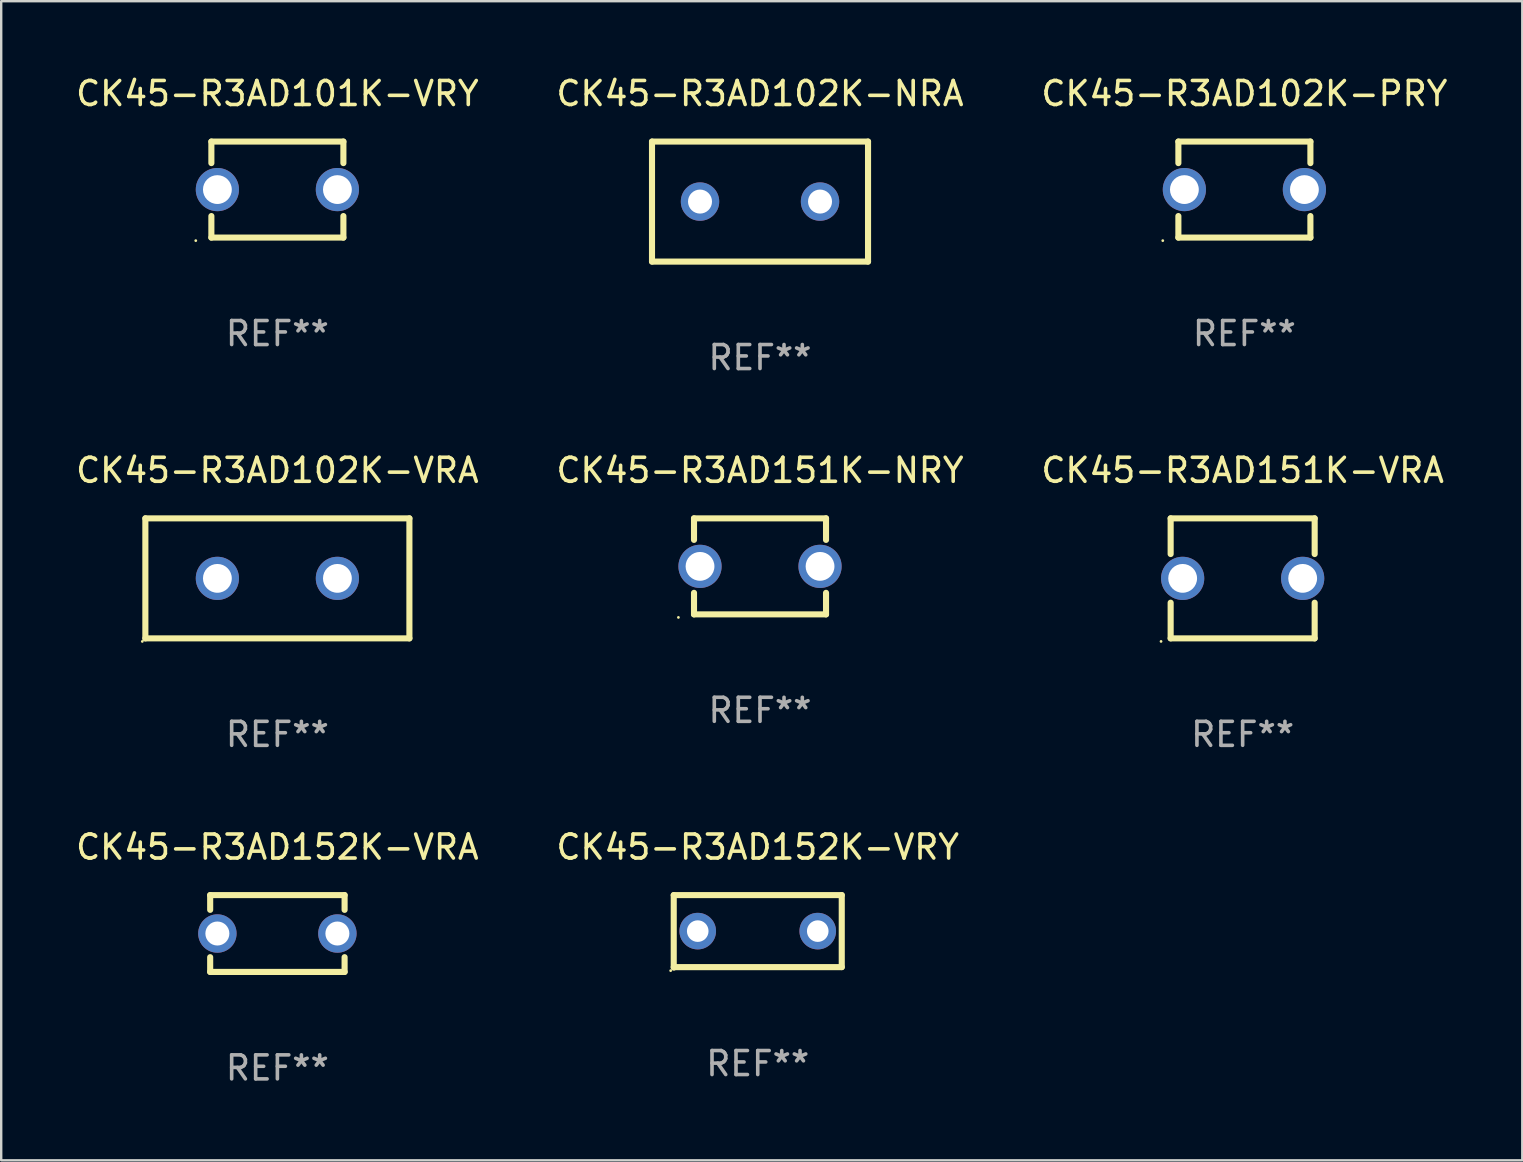
<source format=kicad_pcb>
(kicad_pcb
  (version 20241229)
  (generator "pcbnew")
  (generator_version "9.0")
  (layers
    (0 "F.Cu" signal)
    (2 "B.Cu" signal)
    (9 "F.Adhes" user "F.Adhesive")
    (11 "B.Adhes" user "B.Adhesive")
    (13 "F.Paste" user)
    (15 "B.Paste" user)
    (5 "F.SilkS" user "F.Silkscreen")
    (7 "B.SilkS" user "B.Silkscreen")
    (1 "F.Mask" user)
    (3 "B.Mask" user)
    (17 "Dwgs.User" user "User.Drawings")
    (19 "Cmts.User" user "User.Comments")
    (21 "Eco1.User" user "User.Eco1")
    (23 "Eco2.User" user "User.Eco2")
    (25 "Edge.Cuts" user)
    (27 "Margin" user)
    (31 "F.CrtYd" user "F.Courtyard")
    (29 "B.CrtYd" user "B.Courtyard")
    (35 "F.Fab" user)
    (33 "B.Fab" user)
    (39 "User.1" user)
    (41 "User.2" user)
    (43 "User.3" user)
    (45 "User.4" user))
  (footprint "CK45-R3AD102K-PRY"
    (layer "F.Cu")
    (at 48.792 4.848)
    (property "Reference" "CK45-R3AD102K-PRY" (at 0 -4 0) (layer "F.SilkS") (effects (font (size 1 1) (thickness 0.15))))
    (attr through_hole)
    (fp_line (start -2.75 -2) (end -2.75 -1.103) (stroke (width 0.254) (type solid)) (layer "F.SilkS"))
    (fp_line (start -2.75 -2) (end 2.75 -2) (stroke (width 0.254) (type solid)) (layer "F.SilkS"))
    (fp_line (start -2.75 1.103) (end -2.75 2) (stroke (width 0.254) (type solid)) (layer "F.SilkS"))
    (fp_line (start 2.75 -2) (end 2.75 -1.103) (stroke (width 0.254) (type solid)) (layer "F.SilkS"))
    (fp_line (start 2.75 1.103) (end 2.75 2) (stroke (width 0.254) (type solid)) (layer "F.SilkS"))
    (fp_line (start 2.75 2) (end -2.75 2) (stroke (width 0.254) (type solid)) (layer "F.SilkS"))
    (fp_circle (center -3.4 2.127) (end -3.37 2.127) (stroke (width 0.06) (type solid)) (fill no) (layer "F.SilkS"))
    (fp_text user "REF**" (at 0 6 0) (layer "F.Fab") (effects (font (size 1 1) (thickness 0.15))))
    (pad "1" thru_hole circle (at -2.5 0) (size 1.8 1.8) (drill 1.2) (layers "*.Cu" "*.Mask"))
    (pad "2" thru_hole circle (at 2.5 0) (size 1.8 1.8) (drill 1.2) (layers "*.Cu" "*.Mask")))
  (footprint "CK45-R3AD101K-VRY"
    (layer "F.Cu")
    (at 8.506 4.848)
    (property "Reference" "CK45-R3AD101K-VRY" (at 0 -4 0) (layer "F.SilkS") (effects (font (size 1 1) (thickness 0.15))))
    (attr through_hole)
    (fp_line (start -2.75 -2) (end -2.75 -1.103) (stroke (width 0.254) (type solid)) (layer "F.SilkS"))
    (fp_line (start -2.75 -2) (end 2.75 -2) (stroke (width 0.254) (type solid)) (layer "F.SilkS"))
    (fp_line (start -2.75 1.103) (end -2.75 2) (stroke (width 0.254) (type solid)) (layer "F.SilkS"))
    (fp_line (start 2.75 -2) (end 2.75 -1.103) (stroke (width 0.254) (type solid)) (layer "F.SilkS"))
    (fp_line (start 2.75 1.103) (end 2.75 2) (stroke (width 0.254) (type solid)) (layer "F.SilkS"))
    (fp_line (start 2.75 2) (end -2.75 2) (stroke (width 0.254) (type solid)) (layer "F.SilkS"))
    (fp_circle (center -3.4 2.127) (end -3.37 2.127) (stroke (width 0.06) (type solid)) (fill no) (layer "F.SilkS"))
    (fp_text user "REF**" (at 0 6 0) (layer "F.Fab") (effects (font (size 1 1) (thickness 0.15))))
    (pad "1" thru_hole circle (at -2.5 0) (size 1.8 1.8) (drill 1.2) (layers "*.Cu" "*.Mask"))
    (pad "2" thru_hole circle (at 2.5 0) (size 1.8 1.8) (drill 1.2) (layers "*.Cu" "*.Mask")))
  (footprint "CK45-R3AD152K-VRA"
    (layer "F.Cu")
    (at 8.506 35.841)
    (property "Reference" "CK45-R3AD152K-VRA" (at 0 -3.6 0) (layer "F.SilkS") (effects (font (size 1 1) (thickness 0.15))))
    (attr through_hole)
    (fp_line (start -2.8 -1.6) (end 2.8 -1.6) (stroke (width 0.254) (type solid)) (layer "F.SilkS"))
    (fp_line (start -2.8 -0.986) (end -2.8 -1.6) (stroke (width 0.254) (type solid)) (layer "F.SilkS"))
    (fp_line (start -2.8 1.6) (end -2.8 0.986) (stroke (width 0.254) (type solid)) (layer "F.SilkS"))
    (fp_line (start 2.8 -1.6) (end 2.8 -0.986) (stroke (width 0.254) (type solid)) (layer "F.SilkS"))
    (fp_line (start 2.8 0.986) (end 2.8 1.6) (stroke (width 0.254) (type solid)) (layer "F.SilkS"))
    (fp_line (start 2.8 1.6) (end -2.8 1.6) (stroke (width 0.254) (type solid)) (layer "F.SilkS"))
    (fp_circle (center -2.8 1.6) (end -2.77 1.6) (stroke (width 0.06) (type solid)) (fill no) (layer "F.SilkS"))
    (fp_text user "REF**" (at 0 5.6 0) (layer "F.Fab") (effects (font (size 1 1) (thickness 0.15))))
    (pad "1" thru_hole circle (at -2.5 0) (size 1.6 1.6) (drill 1) (layers "*.Cu" "*.Mask"))
    (pad "2" thru_hole circle (at 2.5 0) (size 1.6 1.6) (drill 1) (layers "*.Cu" "*.Mask")))
  (footprint "CK45-R3AD151K-NRY"
    (layer "F.Cu")
    (at 28.613 20.545)
    (property "Reference" "CK45-R3AD151K-NRY" (at 0 -4 0) (layer "F.SilkS") (effects (font (size 1 1) (thickness 0.15))))
    (attr through_hole)
    (fp_line (start -2.75 -2) (end -2.75 -1.103) (stroke (width 0.254) (type solid)) (layer "F.SilkS"))
    (fp_line (start -2.75 -2) (end 2.75 -2) (stroke (width 0.254) (type solid)) (layer "F.SilkS"))
    (fp_line (start -2.75 1.103) (end -2.75 2) (stroke (width 0.254) (type solid)) (layer "F.SilkS"))
    (fp_line (start 2.75 -2) (end 2.75 -1.103) (stroke (width 0.254) (type solid)) (layer "F.SilkS"))
    (fp_line (start 2.75 1.103) (end 2.75 2) (stroke (width 0.254) (type solid)) (layer "F.SilkS"))
    (fp_line (start 2.75 2) (end -2.75 2) (stroke (width 0.254) (type solid)) (layer "F.SilkS"))
    (fp_circle (center -3.4 2.127) (end -3.37 2.127) (stroke (width 0.06) (type solid)) (fill no) (layer "F.SilkS"))
    (fp_text user "REF**" (at 0 6 0) (layer "F.Fab") (effects (font (size 1 1) (thickness 0.15))))
    (pad "1" thru_hole circle (at -2.5 0) (size 1.8 1.8) (drill 1.2) (layers "*.Cu" "*.Mask"))
    (pad "2" thru_hole circle (at 2.5 0) (size 1.8 1.8) (drill 1.2) (layers "*.Cu" "*.Mask")))
  (footprint "CK45-R3AD102K-VRA"
    (layer "F.Cu")
    (at 8.506 21.045)
    (property "Reference" "CK45-R3AD102K-VRA" (at 0 -4.5 0) (layer "F.SilkS") (effects (font (size 1 1) (thickness 0.15))))
    (attr through_hole)
    (fp_line (start -5.5 -2.5) (end 5.5 -2.5) (stroke (width 0.254) (type solid)) (layer "F.SilkS"))
    (fp_line (start -5.5 2.5) (end -5.5 -2.5) (stroke (width 0.254) (type solid)) (layer "F.SilkS"))
    (fp_line (start 5.5 -2.5) (end 5.5 2.5) (stroke (width 0.254) (type solid)) (layer "F.SilkS"))
    (fp_line (start 5.5 2.5) (end -5.5 2.5) (stroke (width 0.254) (type solid)) (layer "F.SilkS"))
    (fp_circle (center -5.627 2.627) (end -5.597 2.627) (stroke (width 0.06) (type solid)) (fill no) (layer "F.SilkS"))
    (fp_text user "REF**" (at 0 6.5 0) (layer "F.Fab") (effects (font (size 1 1) (thickness 0.15))))
    (pad "1" thru_hole circle (at -2.5 0) (size 1.8 1.8) (drill 1.2) (layers "*.Cu" "*.Mask"))
    (pad "2" thru_hole circle (at 2.5 0) (size 1.8 1.8) (drill 1.2) (layers "*.Cu" "*.Mask")))
  (footprint "CK45-R3AD151K-VRA"
    (layer "F.Cu")
    (at 48.72 21.045)
    (property "Reference" "CK45-R3AD151K-VRA" (at 0 -4.5 0) (layer "F.SilkS") (effects (font (size 1 1) (thickness 0.15))))
    (attr through_hole)
    (fp_line (start -3 -2.5) (end -3 -1.014) (stroke (width 0.254) (type solid)) (layer "F.SilkS"))
    (fp_line (start -3 -2.5) (end 3 -2.5) (stroke (width 0.254) (type solid)) (layer "F.SilkS"))
    (fp_line (start -3 1.014) (end -3 2.5) (stroke (width 0.254) (type solid)) (layer "F.SilkS"))
    (fp_line (start 3 -2.5) (end 3 -1.014) (stroke (width 0.254) (type solid)) (layer "F.SilkS"))
    (fp_line (start 3 1.014) (end 3 2.5) (stroke (width 0.254) (type solid)) (layer "F.SilkS"))
    (fp_line (start 3 2.5) (end -3 2.5) (stroke (width 0.254) (type solid)) (layer "F.SilkS"))
    (fp_circle (center -3.4 2.627) (end -3.37 2.627) (stroke (width 0.06) (type solid)) (fill no) (layer "F.SilkS"))
    (fp_text user "REF**" (at 0 6.5 0) (layer "F.Fab") (effects (font (size 1 1) (thickness 0.15))))
    (pad "1" thru_hole circle (at -2.5 0) (size 1.8 1.8) (drill 1.2) (layers "*.Cu" "*.Mask"))
    (pad "2" thru_hole circle (at 2.5 0) (size 1.8 1.8) (drill 1.2) (layers "*.Cu" "*.Mask")))
  (footprint "CK45-R3AD102K-NRA"
    (layer "F.Cu")
    (at 28.613 5.348)
    (property "Reference" "CK45-R3AD102K-NRA" (at 0 -4.5 0) (layer "F.SilkS") (effects (font (size 1 1) (thickness 0.15))))
    (attr through_hole)
    (fp_line (start -4.5 -2.5) (end -4.5 2.5) (stroke (width 0.254) (type solid)) (layer "F.SilkS"))
    (fp_line (start -4.5 -2.5) (end 4.5 -2.5) (stroke (width 0.254) (type solid)) (layer "F.SilkS"))
    (fp_line (start -4.5 2.5) (end 4.5 2.5) (stroke (width 0.254) (type solid)) (layer "F.SilkS"))
    (fp_line (start 4.5 -2.5) (end 4.5 2.5) (stroke (width 0.254) (type solid)) (layer "F.SilkS"))
    (fp_circle (center -4.5 2.5) (end -4.47 2.5) (stroke (width 0.06) (type solid)) (fill no) (layer "F.SilkS"))
    (fp_text user "REF**" (at 0 6.5 0) (layer "F.Fab") (effects (font (size 1 1) (thickness 0.15))))
    (pad "1" thru_hole circle (at -2.5 0) (size 1.6 1.6) (drill 1) (layers "*.Cu" "*.Mask"))
    (pad "2" thru_hole circle (at 2.5 0) (size 1.6 1.6) (drill 1) (layers "*.Cu" "*.Mask")))
  (footprint "CK45-R3AD152K-VRY"
    (layer "F.Cu")
    (at 28.518 35.751)
    (property "Reference" "CK45-R3AD152K-VRY" (at 0 -3.51 0) (layer "F.SilkS") (effects (font (size 1 1) (thickness 0.15))))
    (attr through_hole)
    (fp_line (start -3.5 -1.51) (end 3.5 -1.51) (stroke (width 0.254) (type solid)) (layer "F.SilkS"))
    (fp_line (start -3.5 1.51) (end -3.5 -1.51) (stroke (width 0.254) (type solid)) (layer "F.SilkS"))
    (fp_line (start 3.5 -1.51) (end 3.5 1.49) (stroke (width 0.254) (type solid)) (layer "F.SilkS"))
    (fp_line (start 3.5 1.49) (end -3.5 1.49) (stroke (width 0.254) (type solid)) (layer "F.SilkS"))
    (fp_circle (center -3.627 1.637) (end -3.597 1.637) (stroke (width 0.06) (type solid)) (fill no) (layer "F.SilkS"))
    (fp_text user "REF**" (at 0 5.51 0) (layer "F.Fab") (effects (font (size 1 1) (thickness 0.15))))
    (pad "1" thru_hole circle (at -2.5 -0.01) (size 1.524 1.524) (drill 0.9) (layers "*.Cu" "*.Mask"))
    (pad "2" thru_hole circle (at 2.5 -0.01) (size 1.524 1.524) (drill 0.9) (layers "*.Cu" "*.Mask")))
  (gr_rect
    (start -3 -3)
    (end 60.369 45.289)
    (stroke (width 0.1) (type default))
    (fill no)
    (layer "Edge.Cuts")))
</source>
